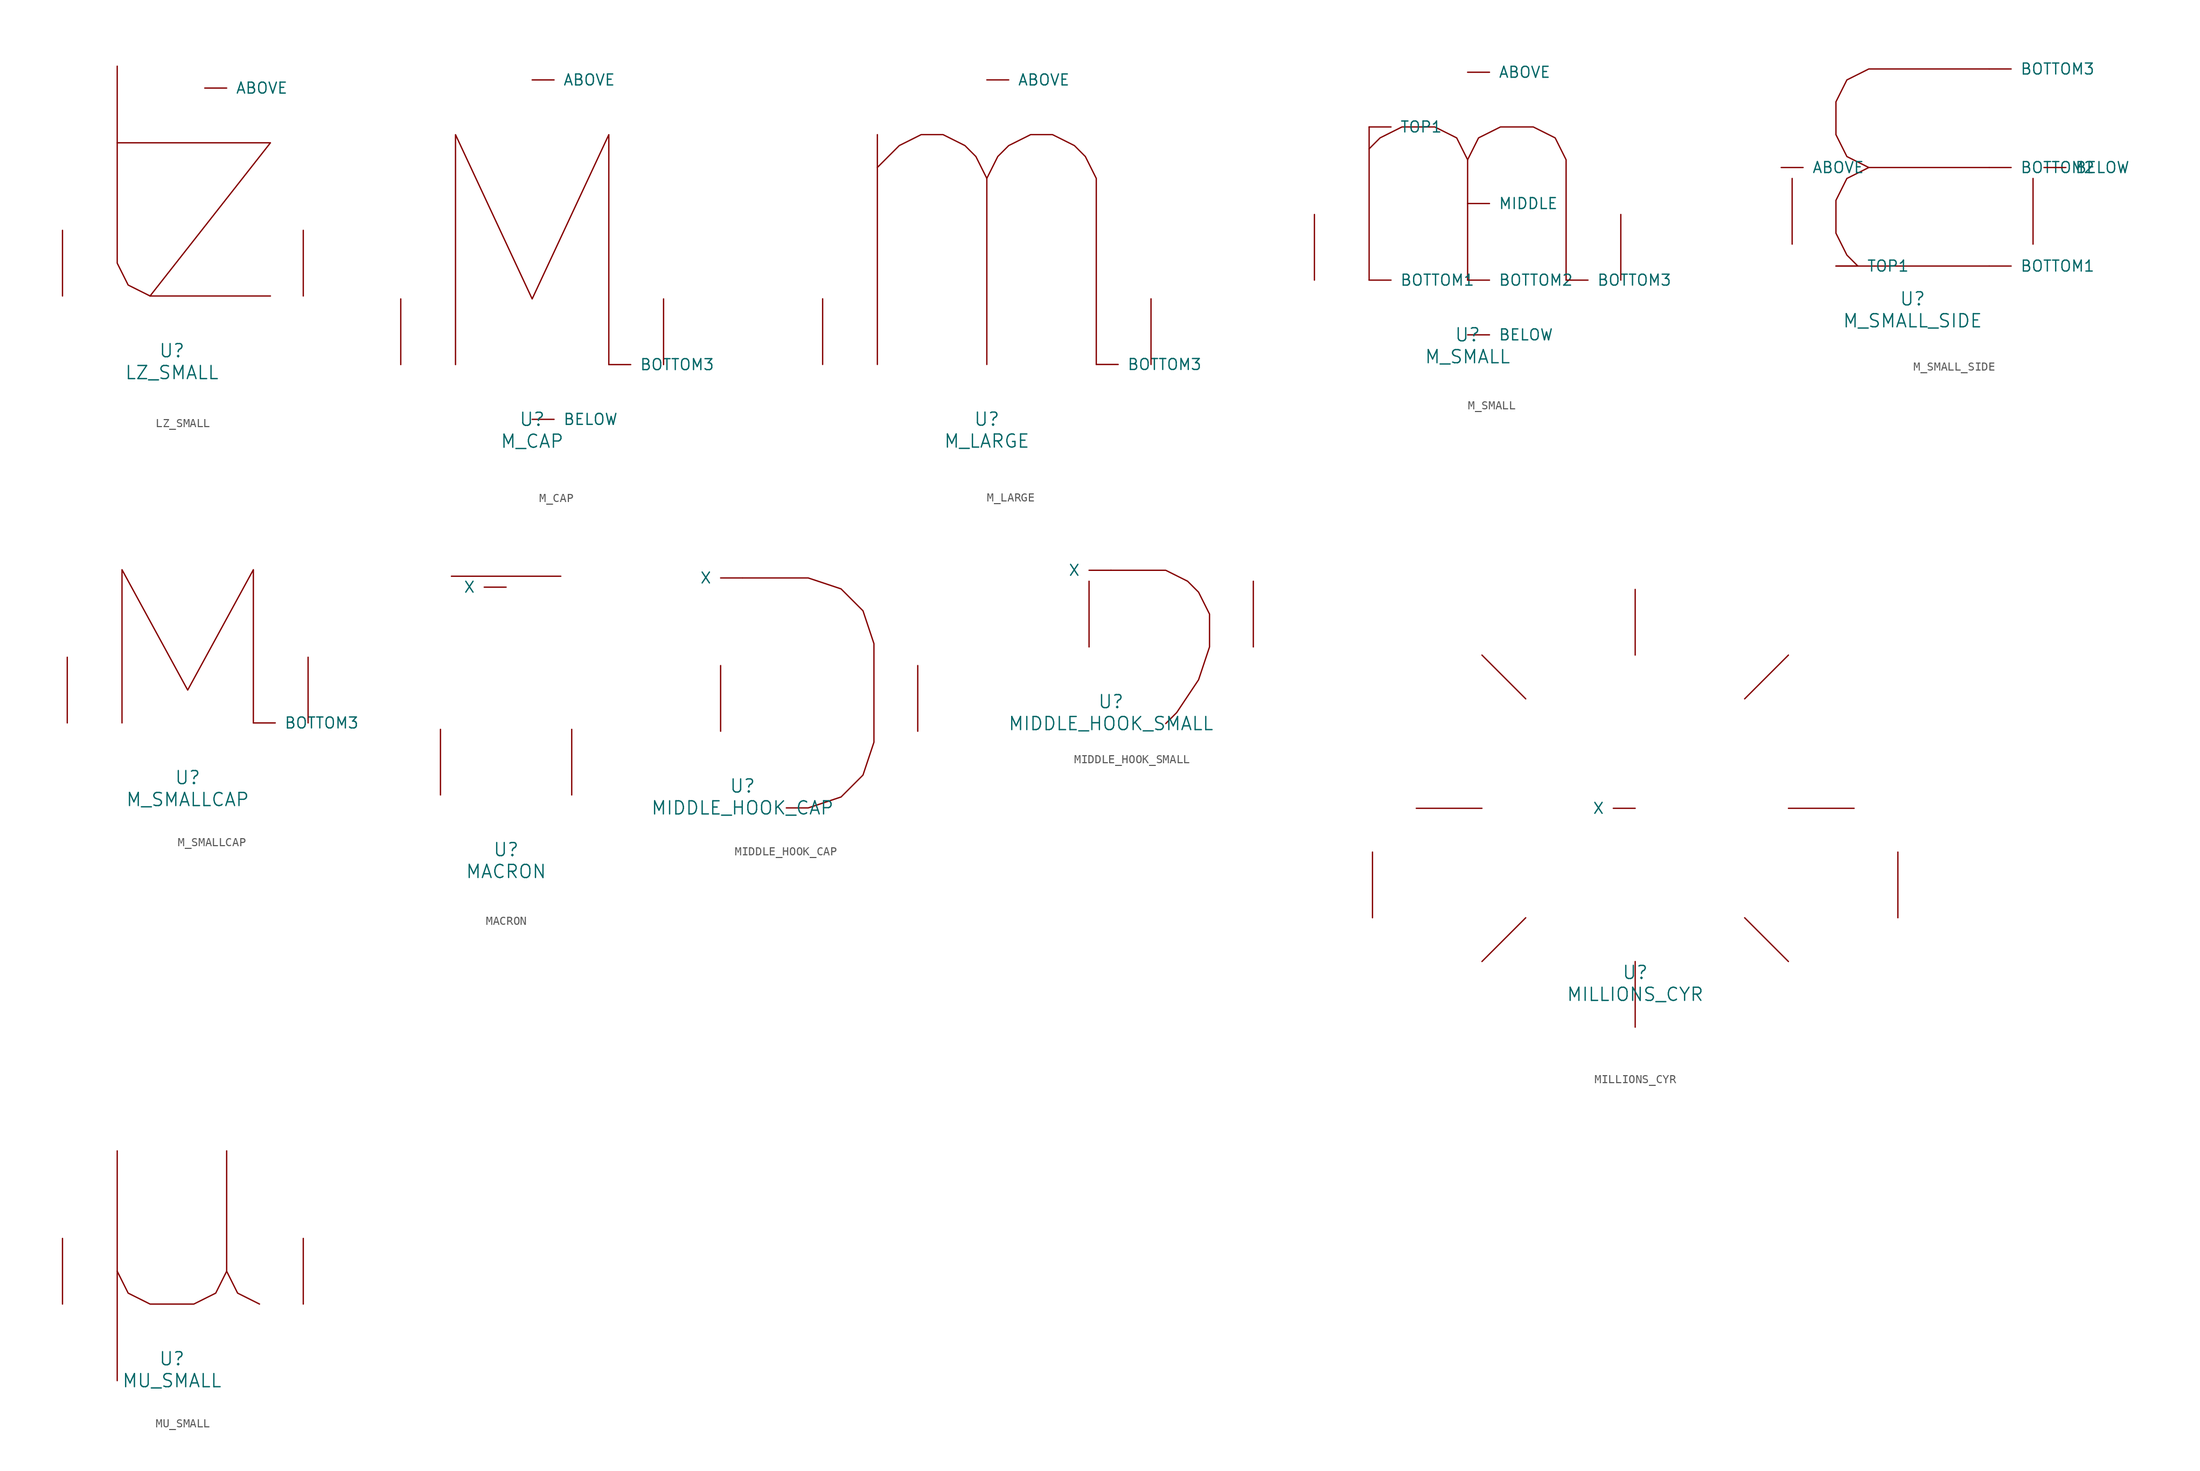
<source format=kicad_sym>
(kicad_symbol_lib
  (version 20220914)
  (generator font_lib2sym)
  (symbol "LZ_SMALL"
    (pin_names
      (offset 1.016))
    (property "Reference" "U"
      (at 0 -6.35 0)
      (effects (font (size 1.524 1.524))))
    (property "Value" "LZ_SMALL"
      (at 0 -8.89 0)
      (effects (font (size 1.524 1.524))))
    (symbol "LZ_SMALL_0_1"
      (polyline (pts (xy -6.35 17.78) (xy 11.43 17.78) (xy -2.54 0)) (stroke (width 0) (type solid)) (fill (type none)))
      (polyline (pts (xy -6.35 26.67) (xy -6.35 3.81) (xy -5.08 1.27) (xy -2.54 0) (xy 11.43 0)) (stroke (width 0) (type solid)) (fill (type none)))
      (pin input line (at 3.81 24.13 0) (length 2.54) (name "ABOVE" (effects (font (size 1.27 1.27)))) (number "~" (effects (font (size 1.27 1.27)))))
      (pin input line (at -12.7 0 90) (length 7.62) (name "~" (effects (font (size 1.27 1.27)))) (number "~" (effects (font (size 1.27 1.27)))))
      (pin input line (at 15.24 0 90) (length 7.62) (name "~" (effects (font (size 1.27 1.27)))) (number "~" (effects (font (size 1.27 1.27)))))))
  (symbol "M_CAP"
    (pin_names
      (offset 1.016))
    (property "Reference" "U"
      (at 0 -6.35 0)
      (effects (font (size 1.524 1.524))))
    (property "Value" "M_CAP"
      (at 0 -8.89 0)
      (effects (font (size 1.524 1.524))))
    (symbol "M_CAP_0_1"
      (polyline (pts (xy -8.89 0) (xy -8.89 26.67) (xy 0 7.62) (xy 8.89 26.67) (xy 8.89 0)) (stroke (width 0) (type solid)) (fill (type none)))
      (pin input line (at 0 33.02 0) (length 2.54) (name "ABOVE" (effects (font (size 1.27 1.27)))) (number "~" (effects (font (size 1.27 1.27)))))
      (pin input line (at 0 -6.35 0) (length 2.54) (name "BELOW" (effects (font (size 1.27 1.27)))) (number "~" (effects (font (size 1.27 1.27)))))
      (pin input line (at 8.89 0 0) (length 2.54) (name "BOTTOM3" (effects (font (size 1.27 1.27)))) (number "~" (effects (font (size 1.27 1.27)))))
      (pin input line (at -15.24 0 90) (length 7.62) (name "~" (effects (font (size 1.27 1.27)))) (number "~" (effects (font (size 1.27 1.27)))))
      (pin input line (at 15.24 0 90) (length 7.62) (name "~" (effects (font (size 1.27 1.27)))) (number "~" (effects (font (size 1.27 1.27)))))))
  (symbol "M_LARGE"
    (pin_names
      (offset 1.016))
    (property "Reference" "U"
      (at 0 -6.35 0)
      (effects (font (size 1.524 1.524))))
    (property "Value" "M_LARGE"
      (at 0 -8.89 0)
      (effects (font (size 1.524 1.524))))
    (symbol "M_LARGE_0_1"
      (polyline (pts (xy -12.7 0) (xy -12.7 26.67)) (stroke (width 0) (type solid)) (fill (type none)))
      (polyline (pts (xy -12.7 22.86) (xy -10.16 25.4) (xy -7.62 26.67) (xy -5.08 26.67) (xy -2.54 25.4) (xy -1.27 24.13) (xy 0 21.59) (xy 0 0)) (stroke (width 0) (type solid)) (fill (type none)))
      (polyline (pts (xy 0 21.59) (xy 1.27 24.13) (xy 2.54 25.4) (xy 5.08 26.67) (xy 7.62 26.67) (xy 10.16 25.4) (xy 11.43 24.13) (xy 12.7 21.59) (xy 12.7 0)) (stroke (width 0) (type solid)) (fill (type none)))
      (pin input line (at 0 33.02 0) (length 2.54) (name "ABOVE" (effects (font (size 1.27 1.27)))) (number "~" (effects (font (size 1.27 1.27)))))
      (pin input line (at 12.7 0 0) (length 2.54) (name "BOTTOM3" (effects (font (size 1.27 1.27)))) (number "~" (effects (font (size 1.27 1.27)))))
      (pin input line (at -19.05 0 90) (length 7.62) (name "~" (effects (font (size 1.27 1.27)))) (number "~" (effects (font (size 1.27 1.27)))))
      (pin input line (at 19.05 0 90) (length 7.62) (name "~" (effects (font (size 1.27 1.27)))) (number "~" (effects (font (size 1.27 1.27)))))))
  (symbol "M_SMALL"
    (pin_names
      (offset 1.016))
    (property "Reference" "U"
      (at 0 -6.35 0)
      (effects (font (size 1.524 1.524))))
    (property "Value" "M_SMALL"
      (at 0 -8.89 0)
      (effects (font (size 1.524 1.524))))
    (symbol "M_SMALL_0_1"
      (polyline (pts (xy -11.43 0) (xy -11.43 17.78)) (stroke (width 0) (type solid)) (fill (type none)))
      (polyline (pts (xy -11.43 15.24) (xy -10.16 16.51) (xy -7.62 17.78) (xy -3.81 17.78) (xy -1.27 16.51) (xy 0 13.97) (xy 0 0)) (stroke (width 0) (type solid)) (fill (type none)))
      (polyline (pts (xy 0 13.97) (xy 1.27 16.51) (xy 3.81 17.78) (xy 7.62 17.78) (xy 10.16 16.51) (xy 11.43 13.97) (xy 11.43 0)) (stroke (width 0) (type solid)) (fill (type none)))
      (pin input line (at 0 24.13 0) (length 2.54) (name "ABOVE" (effects (font (size 1.27 1.27)))) (number "~" (effects (font (size 1.27 1.27)))))
      (pin input line (at 0 -6.35 0) (length 2.54) (name "BELOW" (effects (font (size 1.27 1.27)))) (number "~" (effects (font (size 1.27 1.27)))))
      (pin input line (at -11.43 0 0) (length 2.54) (name "BOTTOM1" (effects (font (size 1.27 1.27)))) (number "~" (effects (font (size 1.27 1.27)))))
      (pin input line (at 0 0 0) (length 2.54) (name "BOTTOM2" (effects (font (size 1.27 1.27)))) (number "~" (effects (font (size 1.27 1.27)))))
      (pin input line (at 11.43 0 0) (length 2.54) (name "BOTTOM3" (effects (font (size 1.27 1.27)))) (number "~" (effects (font (size 1.27 1.27)))))
      (pin input line (at 0 8.89 0) (length 2.54) (name "MIDDLE" (effects (font (size 1.27 1.27)))) (number "~" (effects (font (size 1.27 1.27)))))
      (pin input line (at -11.43 17.78 0) (length 2.54) (name "TOP1" (effects (font (size 1.27 1.27)))) (number "~" (effects (font (size 1.27 1.27)))))
      (pin input line (at -17.78 0 90) (length 7.62) (name "~" (effects (font (size 1.27 1.27)))) (number "~" (effects (font (size 1.27 1.27)))))
      (pin input line (at 17.78 0 90) (length 7.62) (name "~" (effects (font (size 1.27 1.27)))) (number "~" (effects (font (size 1.27 1.27)))))))
  (symbol "M_SMALL_SIDE"
    (pin_names
      (offset 1.016))
    (property "Reference" "U"
      (at 0 -6.35 0)
      (effects (font (size 1.524 1.524))))
    (property "Value" "M_SMALL_SIDE"
      (at 0 -8.89 0)
      (effects (font (size 1.524 1.524))))
    (symbol "M_SMALL_SIDE_0_1"
      (polyline (pts (xy 8.89 -2.54) (xy -8.89 -2.54)) (stroke (width 0) (type solid)) (fill (type none)))
      (polyline (pts (xy -6.35 -2.54) (xy -7.62 -1.27) (xy -8.89 1.27) (xy -8.89 5.08) (xy -7.62 7.62) (xy -5.08 8.89) (xy 8.89 8.89)) (stroke (width 0) (type solid)) (fill (type none)))
      (polyline (pts (xy -5.08 8.89) (xy -7.62 10.16) (xy -8.89 12.7) (xy -8.89 16.51) (xy -7.62 19.05) (xy -5.08 20.32) (xy 8.89 20.32)) (stroke (width 0) (type solid)) (fill (type none)))
      (pin input line (at -15.24 8.89 0) (length 2.54) (name "ABOVE" (effects (font (size 1.27 1.27)))) (number "~" (effects (font (size 1.27 1.27)))))
      (pin input line (at 15.24 8.89 0) (length 2.54) (name "BELOW" (effects (font (size 1.27 1.27)))) (number "~" (effects (font (size 1.27 1.27)))))
      (pin input line (at 8.89 -2.54 0) (length 2.54) (name "BOTTOM1" (effects (font (size 1.27 1.27)))) (number "~" (effects (font (size 1.27 1.27)))))
      (pin input line (at 8.89 8.89 0) (length 2.54) (name "BOTTOM2" (effects (font (size 1.27 1.27)))) (number "~" (effects (font (size 1.27 1.27)))))
      (pin input line (at 8.89 20.32 0) (length 2.54) (name "BOTTOM3" (effects (font (size 1.27 1.27)))) (number "~" (effects (font (size 1.27 1.27)))))
      (pin input line (at -8.89 -2.54 0) (length 2.54) (name "TOP1" (effects (font (size 1.27 1.27)))) (number "~" (effects (font (size 1.27 1.27)))))
      (pin input line (at -13.97 0 90) (length 7.62) (name "~" (effects (font (size 1.27 1.27)))) (number "~" (effects (font (size 1.27 1.27)))))
      (pin input line (at 13.97 0 90) (length 7.62) (name "~" (effects (font (size 1.27 1.27)))) (number "~" (effects (font (size 1.27 1.27)))))))
  (symbol "M_SMALLCAP"
    (pin_names
      (offset 1.016))
    (property "Reference" "U"
      (at 0 -6.35 0)
      (effects (font (size 1.524 1.524))))
    (property "Value" "M_SMALLCAP"
      (at 0 -8.89 0)
      (effects (font (size 1.524 1.524))))
    (symbol "M_SMALLCAP_0_1"
      (polyline (pts (xy -7.62 0) (xy -7.62 17.78) (xy 0 3.81) (xy 7.62 17.78) (xy 7.62 0)) (stroke (width 0) (type solid)) (fill (type none)))
      (pin input line (at 7.62 0 0) (length 2.54) (name "BOTTOM3" (effects (font (size 1.27 1.27)))) (number "~" (effects (font (size 1.27 1.27)))))
      (pin input line (at -13.97 0 90) (length 7.62) (name "~" (effects (font (size 1.27 1.27)))) (number "~" (effects (font (size 1.27 1.27)))))
      (pin input line (at 13.97 0 90) (length 7.62) (name "~" (effects (font (size 1.27 1.27)))) (number "~" (effects (font (size 1.27 1.27)))))))
  (symbol "MACRON"
    (pin_names
      (offset 1.016))
    (property "Reference" "U"
      (at 0 -6.35 0)
      (effects (font (size 1.524 1.524))))
    (property "Value" "MACRON"
      (at 0 -8.89 0)
      (effects (font (size 1.524 1.524))))
    (symbol "MACRON_0_1"
      (polyline (pts (xy -6.35 25.4) (xy 6.35 25.4)) (stroke (width 0) (type solid)) (fill (type none)))
      (pin input line (at 0 24.13 180) (length 2.54) (name "X" (effects (font (size 1.27 1.27)))) (number "~" (effects (font (size 1.27 1.27)))))
      (pin input line (at -7.62 0 90) (length 7.62) (name "~" (effects (font (size 1.27 1.27)))) (number "~" (effects (font (size 1.27 1.27)))))
      (pin input line (at 7.62 0 90) (length 7.62) (name "~" (effects (font (size 1.27 1.27)))) (number "~" (effects (font (size 1.27 1.27)))))))
  (symbol "MIDDLE_HOOK_CAP"
    (pin_names
      (offset 1.016))
    (property "Reference" "U"
      (at 0 -6.35 0)
      (effects (font (size 1.524 1.524))))
    (property "Value" "MIDDLE_HOOK_CAP"
      (at 0 -8.89 0)
      (effects (font (size 1.524 1.524))))
    (symbol "MIDDLE_HOOK_CAP_0_1"
      (polyline (pts (xy 0 17.78) (xy 7.62 17.78) (xy 11.43 16.51) (xy 13.97 13.97) (xy 15.24 10.16) (xy 15.24 -1.27) (xy 13.97 -5.08) (xy 11.43 -7.62) (xy 7.62 -8.89) (xy 5.08 -8.89)) (stroke (width 0) (type solid)) (fill (type none)))
      (pin input line (at 0 17.78 180) (length 2.54) (name "X" (effects (font (size 1.27 1.27)))) (number "~" (effects (font (size 1.27 1.27)))))
      (pin input line (at -2.54 0 90) (length 7.62) (name "~" (effects (font (size 1.27 1.27)))) (number "~" (effects (font (size 1.27 1.27)))))
      (pin input line (at 20.32 0 90) (length 7.62) (name "~" (effects (font (size 1.27 1.27)))) (number "~" (effects (font (size 1.27 1.27)))))))
  (symbol "MIDDLE_HOOK_SMALL"
    (pin_names
      (offset 1.016))
    (property "Reference" "U"
      (at 0 -6.35 0)
      (effects (font (size 1.524 1.524))))
    (property "Value" "MIDDLE_HOOK_SMALL"
      (at 0 -8.89 0)
      (effects (font (size 1.524 1.524))))
    (symbol "MIDDLE_HOOK_SMALL_0_1"
      (polyline (pts (xy 0 8.89) (xy 6.35 8.89) (xy 8.89 7.62) (xy 10.16 6.35) (xy 11.43 3.81) (xy 11.43 0) (xy 10.16 -3.81) (xy 7.62 -7.62) (xy 6.35 -8.89)) (stroke (width 0) (type solid)) (fill (type none)))
      (pin input line (at 0 8.89 180) (length 2.54) (name "X" (effects (font (size 1.27 1.27)))) (number "~" (effects (font (size 1.27 1.27)))))
      (pin input line (at -2.54 0 90) (length 7.62) (name "~" (effects (font (size 1.27 1.27)))) (number "~" (effects (font (size 1.27 1.27)))))
      (pin input line (at 16.51 0 90) (length 7.62) (name "~" (effects (font (size 1.27 1.27)))) (number "~" (effects (font (size 1.27 1.27)))))))
  (symbol "MILLIONS_CYR"
    (pin_names
      (offset 1.016))
    (property "Reference" "U"
      (at 0 -6.35 0)
      (effects (font (size 1.524 1.524))))
    (property "Value" "MILLIONS_CYR"
      (at 0 -8.89 0)
      (effects (font (size 1.524 1.524))))
    (symbol "MILLIONS_CYR_0_1"
      (polyline (pts (xy -17.78 12.7) (xy -25.4 12.7)) (stroke (width 0) (type solid)) (fill (type none)))
      (polyline (pts (xy -12.7 0) (xy -17.78 -5.08)) (stroke (width 0) (type solid)) (fill (type none)))
      (polyline (pts (xy -12.7 25.4) (xy -17.78 30.48)) (stroke (width 0) (type solid)) (fill (type none)))
      (polyline (pts (xy 0 -5.08) (xy 0 -12.7)) (stroke (width 0) (type solid)) (fill (type none)))
      (polyline (pts (xy 0 30.48) (xy 0 38.1)) (stroke (width 0) (type solid)) (fill (type none)))
      (polyline (pts (xy 12.7 0) (xy 17.78 -5.08)) (stroke (width 0) (type solid)) (fill (type none)))
      (polyline (pts (xy 12.7 25.4) (xy 17.78 30.48)) (stroke (width 0) (type solid)) (fill (type none)))
      (polyline (pts (xy 17.78 12.7) (xy 25.4 12.7)) (stroke (width 0) (type solid)) (fill (type none)))
      (pin input line (at 0 12.7 180) (length 2.54) (name "X" (effects (font (size 1.27 1.27)))) (number "~" (effects (font (size 1.27 1.27)))))
      (pin input line (at -30.48 0 90) (length 7.62) (name "~" (effects (font (size 1.27 1.27)))) (number "~" (effects (font (size 1.27 1.27)))))
      (pin input line (at 30.48 0 90) (length 7.62) (name "~" (effects (font (size 1.27 1.27)))) (number "~" (effects (font (size 1.27 1.27)))))))
  (symbol "MU_SMALL"
    (pin_names
      (offset 1.016))
    (property "Reference" "U"
      (at 0 -6.35 0)
      (effects (font (size 1.524 1.524))))
    (property "Value" "MU_SMALL"
      (at 0 -8.89 0)
      (effects (font (size 1.524 1.524))))
    (symbol "MU_SMALL_0_1"
      (polyline (pts (xy -6.35 17.78) (xy -6.35 -8.89)) (stroke (width 0) (type solid)) (fill (type none)))
      (polyline (pts (xy 6.35 3.81) (xy 7.62 1.27) (xy 10.16 0)) (stroke (width 0) (type solid)) (fill (type none)))
      (polyline (pts (xy -6.35 3.81) (xy -5.08 1.27) (xy -2.54 0) (xy 2.54 0) (xy 5.08 1.27) (xy 6.35 3.81) (xy 6.35 17.78)) (stroke (width 0) (type solid)) (fill (type none)))
      (pin input line (at -12.7 0 90) (length 7.62) (name "~" (effects (font (size 1.27 1.27)))) (number "~" (effects (font (size 1.27 1.27)))))
      (pin input line (at 15.24 0 90) (length 7.62) (name "~" (effects (font (size 1.27 1.27)))) (number "~" (effects (font (size 1.27 1.27))))))))
</source>
